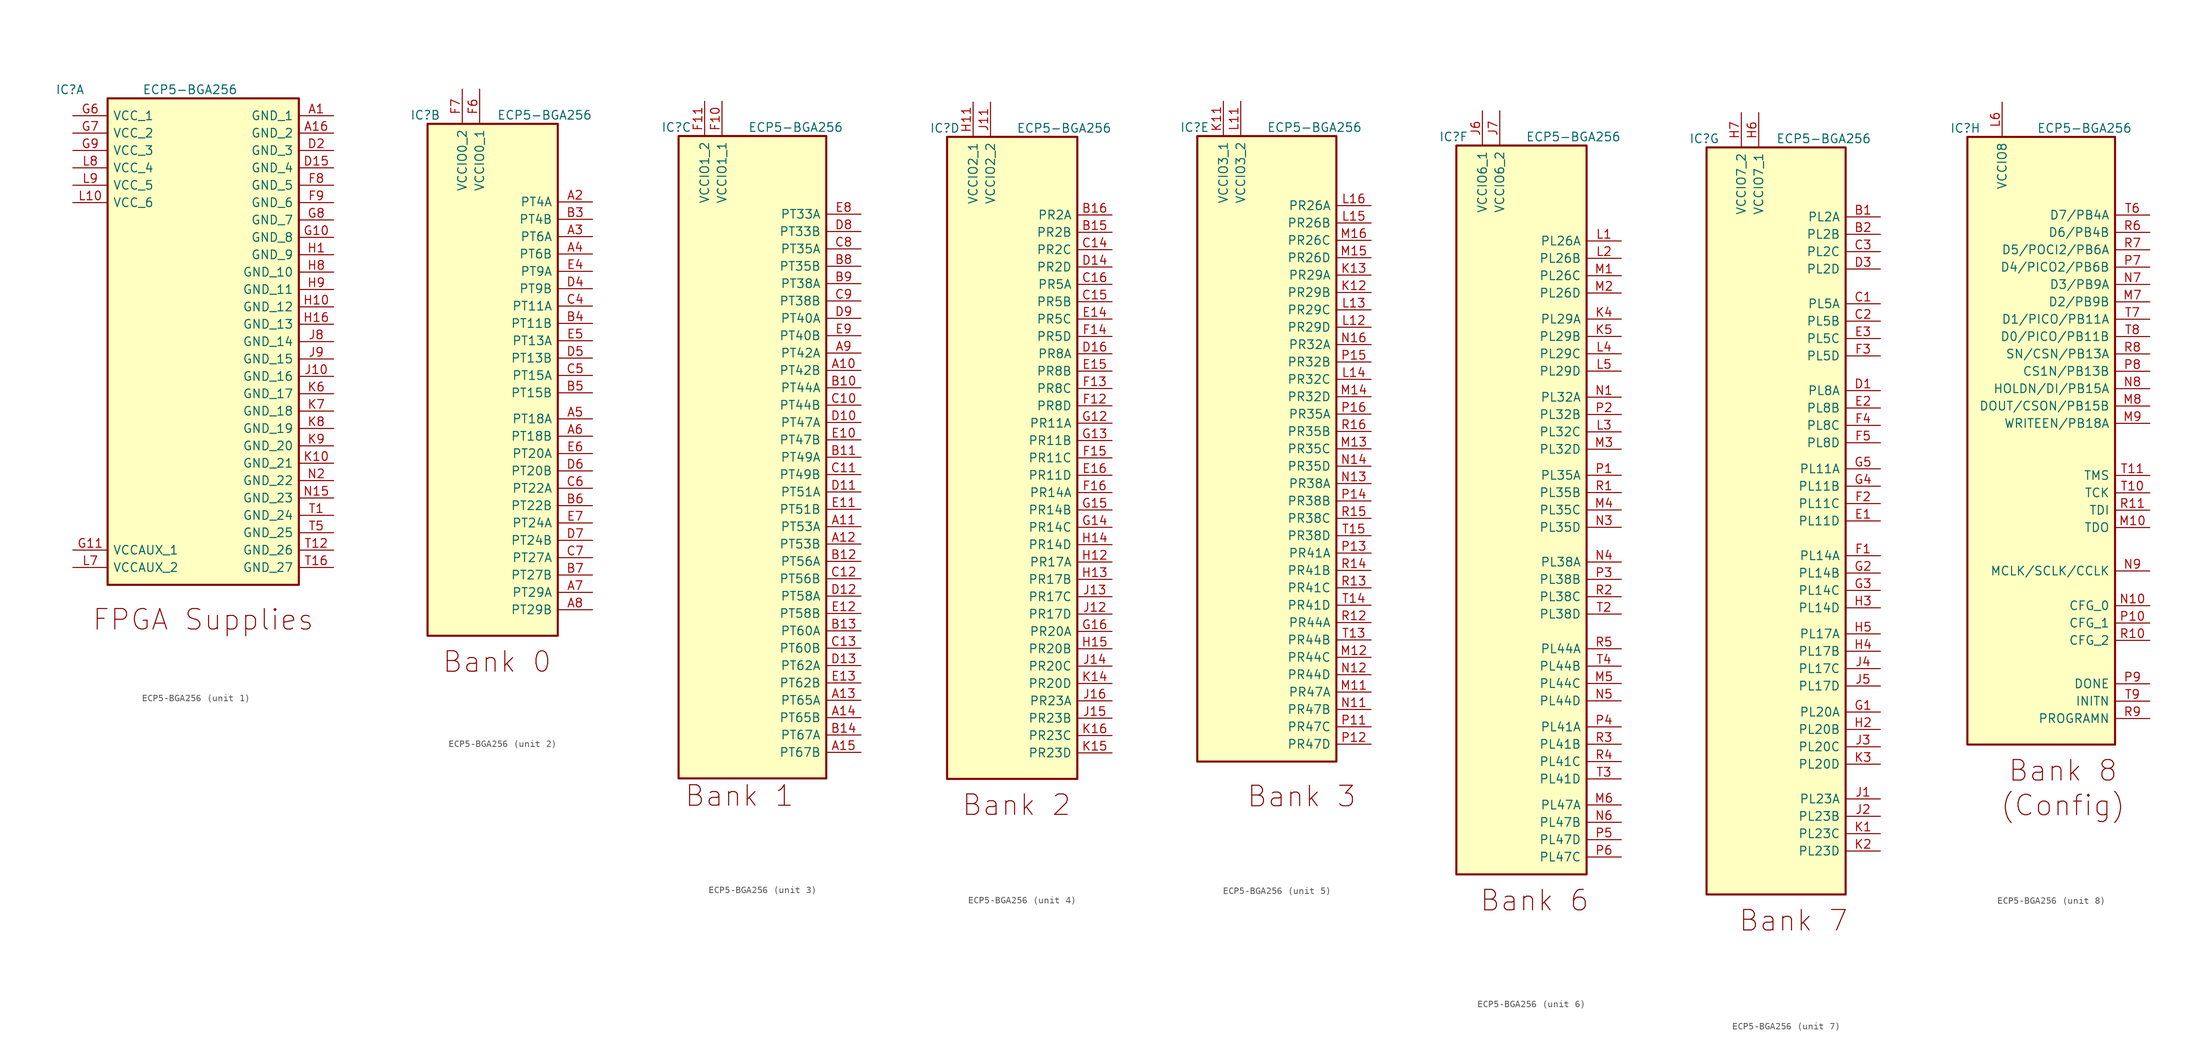
<source format=kicad_sym>
(kicad_symbol_lib
  (version 20211014)
  (generator kicad_symbol_editor)
  (symbol "ECP5-BGA256"
    (pin_names
      (offset 0.762))
    (property "Reference" "IC"
      (at -2.54 1.27 0)
      (effects (font (size 1.27 1.27)) (justify left)))
    (property "Value" "ECP5-BGA256"
      (at 10.16 1.27 0)
      (effects (font (size 1.27 1.27)) (justify left)))
    (property "ki_locked" ""
      (at 0 0 0)
      (effects (font (size 1.27 1.27))))
    (symbol "ECP5-BGA256_1_0"
      (rectangle (start 5.08 0) (end 33.02 -71.12) (stroke (width 0.305) (type default) (color 0 0 0 0)) (fill (type background))))
    (symbol "ECP5-BGA256_1_1"
      (text "FPGA Supplies" (at 19.05 -76.2 0) (effects (font (size 2.997 2.997))))
      (pin power_in line (at 38.1 -2.54 180) (length 5.08) (name "GND_1" (effects (font (size 1.27 1.27)))) (number "A1" (effects (font (size 1.27 1.27)))))
      (pin power_in line (at 38.1 -5.08 180) (length 5.08) (name "GND_2" (effects (font (size 1.27 1.27)))) (number "A16" (effects (font (size 1.27 1.27)))))
      (pin power_in line (at 38.1 -10.16 180) (length 5.08) (name "GND_4" (effects (font (size 1.27 1.27)))) (number "D15" (effects (font (size 1.27 1.27)))))
      (pin power_in line (at 38.1 -7.62 180) (length 5.08) (name "GND_3" (effects (font (size 1.27 1.27)))) (number "D2" (effects (font (size 1.27 1.27)))))
      (pin power_in line (at 38.1 -12.7 180) (length 5.08) (name "GND_5" (effects (font (size 1.27 1.27)))) (number "F8" (effects (font (size 1.27 1.27)))))
      (pin power_in line (at 38.1 -15.24 180) (length 5.08) (name "GND_6" (effects (font (size 1.27 1.27)))) (number "F9" (effects (font (size 1.27 1.27)))))
      (pin power_in line (at 38.1 -20.32 180) (length 5.08) (name "GND_8" (effects (font (size 1.27 1.27)))) (number "G10" (effects (font (size 1.27 1.27)))))
      (pin power_in line (at 0 -66.04 0) (length 5.08) (name "VCCAUX_1" (effects (font (size 1.27 1.27)))) (number "G11" (effects (font (size 1.27 1.27)))))
      (pin power_in line (at 0 -2.54 0) (length 5.08) (name "VCC_1" (effects (font (size 1.27 1.27)))) (number "G6" (effects (font (size 1.27 1.27)))))
      (pin power_in line (at 0 -5.08 0) (length 5.08) (name "VCC_2" (effects (font (size 1.27 1.27)))) (number "G7" (effects (font (size 1.27 1.27)))))
      (pin power_in line (at 38.1 -17.78 180) (length 5.08) (name "GND_7" (effects (font (size 1.27 1.27)))) (number "G8" (effects (font (size 1.27 1.27)))))
      (pin power_in line (at 0 -7.62 0) (length 5.08) (name "VCC_3" (effects (font (size 1.27 1.27)))) (number "G9" (effects (font (size 1.27 1.27)))))
      (pin power_in line (at 38.1 -22.86 180) (length 5.08) (name "GND_9" (effects (font (size 1.27 1.27)))) (number "H1" (effects (font (size 1.27 1.27)))))
      (pin power_in line (at 38.1 -30.48 180) (length 5.08) (name "GND_12" (effects (font (size 1.27 1.27)))) (number "H10" (effects (font (size 1.27 1.27)))))
      (pin power_in line (at 38.1 -33.02 180) (length 5.08) (name "GND_13" (effects (font (size 1.27 1.27)))) (number "H16" (effects (font (size 1.27 1.27)))))
      (pin power_in line (at 38.1 -25.4 180) (length 5.08) (name "GND_10" (effects (font (size 1.27 1.27)))) (number "H8" (effects (font (size 1.27 1.27)))))
      (pin power_in line (at 38.1 -27.94 180) (length 5.08) (name "GND_11" (effects (font (size 1.27 1.27)))) (number "H9" (effects (font (size 1.27 1.27)))))
      (pin power_in line (at 38.1 -40.64 180) (length 5.08) (name "GND_16" (effects (font (size 1.27 1.27)))) (number "J10" (effects (font (size 1.27 1.27)))))
      (pin power_in line (at 38.1 -35.56 180) (length 5.08) (name "GND_14" (effects (font (size 1.27 1.27)))) (number "J8" (effects (font (size 1.27 1.27)))))
      (pin power_in line (at 38.1 -38.1 180) (length 5.08) (name "GND_15" (effects (font (size 1.27 1.27)))) (number "J9" (effects (font (size 1.27 1.27)))))
      (pin power_in line (at 38.1 -53.34 180) (length 5.08) (name "GND_21" (effects (font (size 1.27 1.27)))) (number "K10" (effects (font (size 1.27 1.27)))))
      (pin power_in line (at 38.1 -43.18 180) (length 5.08) (name "GND_17" (effects (font (size 1.27 1.27)))) (number "K6" (effects (font (size 1.27 1.27)))))
      (pin power_in line (at 38.1 -45.72 180) (length 5.08) (name "GND_18" (effects (font (size 1.27 1.27)))) (number "K7" (effects (font (size 1.27 1.27)))))
      (pin power_in line (at 38.1 -48.26 180) (length 5.08) (name "GND_19" (effects (font (size 1.27 1.27)))) (number "K8" (effects (font (size 1.27 1.27)))))
      (pin power_in line (at 38.1 -50.8 180) (length 5.08) (name "GND_20" (effects (font (size 1.27 1.27)))) (number "K9" (effects (font (size 1.27 1.27)))))
      (pin power_in line (at 0 -15.24 0) (length 5.08) (name "VCC_6" (effects (font (size 1.27 1.27)))) (number "L10" (effects (font (size 1.27 1.27)))))
      (pin power_in line (at 0 -68.58 0) (length 5.08) (name "VCCAUX_2" (effects (font (size 1.27 1.27)))) (number "L7" (effects (font (size 1.27 1.27)))))
      (pin power_in line (at 0 -10.16 0) (length 5.08) (name "VCC_4" (effects (font (size 1.27 1.27)))) (number "L8" (effects (font (size 1.27 1.27)))))
      (pin power_in line (at 0 -12.7 0) (length 5.08) (name "VCC_5" (effects (font (size 1.27 1.27)))) (number "L9" (effects (font (size 1.27 1.27)))))
      (pin power_in line (at 38.1 -58.42 180) (length 5.08) (name "GND_23" (effects (font (size 1.27 1.27)))) (number "N15" (effects (font (size 1.27 1.27)))))
      (pin power_in line (at 38.1 -55.88 180) (length 5.08) (name "GND_22" (effects (font (size 1.27 1.27)))) (number "N2" (effects (font (size 1.27 1.27)))))
      (pin power_in line (at 38.1 -60.96 180) (length 5.08) (name "GND_24" (effects (font (size 1.27 1.27)))) (number "T1" (effects (font (size 1.27 1.27)))))
      (pin power_in line (at 38.1 -66.04 180) (length 5.08) (name "GND_26" (effects (font (size 1.27 1.27)))) (number "T12" (effects (font (size 1.27 1.27)))))
      (pin power_in line (at 38.1 -68.58 180) (length 5.08) (name "GND_27" (effects (font (size 1.27 1.27)))) (number "T16" (effects (font (size 1.27 1.27)))))
      (pin power_in line (at 38.1 -63.5 180) (length 5.08) (name "GND_25" (effects (font (size 1.27 1.27)))) (number "T5" (effects (font (size 1.27 1.27))))))
    (symbol "ECP5-BGA256_2_1"
      (rectangle (start 0 0) (end 19.05 -74.93) (stroke (width 0.305) (type default) (color 0 0 0 0)) (fill (type background)))
      (text "Bank 0" (at 10.16 -78.74 0) (effects (font (size 2.997 2.997))))
      (pin bidirectional line (at 24.13 -11.43 180) (length 5.08) (name "PT4A" (effects (font (size 1.27 1.27)))) (number "A2" (effects (font (size 1.27 1.27)))))
      (pin bidirectional line (at 24.13 -16.51 180) (length 5.08) (name "PT6A" (effects (font (size 1.27 1.27)))) (number "A3" (effects (font (size 1.27 1.27)))))
      (pin bidirectional line (at 24.13 -19.05 180) (length 5.08) (name "PT6B" (effects (font (size 1.27 1.27)))) (number "A4" (effects (font (size 1.27 1.27)))))
      (pin bidirectional line (at 24.13 -43.18 180) (length 5.08) (name "PT18A" (effects (font (size 1.27 1.27)))) (number "A5" (effects (font (size 1.27 1.27)))))
      (pin bidirectional line (at 24.13 -45.72 180) (length 5.08) (name "PT18B" (effects (font (size 1.27 1.27)))) (number "A6" (effects (font (size 1.27 1.27)))))
      (pin bidirectional line (at 24.13 -68.58 180) (length 5.08) (name "PT29A" (effects (font (size 1.27 1.27)))) (number "A7" (effects (font (size 1.27 1.27)))))
      (pin bidirectional line (at 24.13 -71.12 180) (length 5.08) (name "PT29B" (effects (font (size 1.27 1.27)))) (number "A8" (effects (font (size 1.27 1.27)))))
      (pin bidirectional line (at 24.13 -13.97 180) (length 5.08) (name "PT4B" (effects (font (size 1.27 1.27)))) (number "B3" (effects (font (size 1.27 1.27)))))
      (pin bidirectional line (at 24.13 -29.21 180) (length 5.08) (name "PT11B" (effects (font (size 1.27 1.27)))) (number "B4" (effects (font (size 1.27 1.27)))))
      (pin bidirectional line (at 24.13 -39.37 180) (length 5.08) (name "PT15B" (effects (font (size 1.27 1.27)))) (number "B5" (effects (font (size 1.27 1.27)))))
      (pin bidirectional line (at 24.13 -55.88 180) (length 5.08) (name "PT22B" (effects (font (size 1.27 1.27)))) (number "B6" (effects (font (size 1.27 1.27)))))
      (pin bidirectional line (at 24.13 -66.04 180) (length 5.08) (name "PT27B" (effects (font (size 1.27 1.27)))) (number "B7" (effects (font (size 1.27 1.27)))))
      (pin bidirectional line (at 24.13 -26.67 180) (length 5.08) (name "PT11A" (effects (font (size 1.27 1.27)))) (number "C4" (effects (font (size 1.27 1.27)))))
      (pin bidirectional line (at 24.13 -36.83 180) (length 5.08) (name "PT15A" (effects (font (size 1.27 1.27)))) (number "C5" (effects (font (size 1.27 1.27)))))
      (pin bidirectional line (at 24.13 -53.34 180) (length 5.08) (name "PT22A" (effects (font (size 1.27 1.27)))) (number "C6" (effects (font (size 1.27 1.27)))))
      (pin bidirectional line (at 24.13 -63.5 180) (length 5.08) (name "PT27A" (effects (font (size 1.27 1.27)))) (number "C7" (effects (font (size 1.27 1.27)))))
      (pin bidirectional line (at 24.13 -24.13 180) (length 5.08) (name "PT9B" (effects (font (size 1.27 1.27)))) (number "D4" (effects (font (size 1.27 1.27)))))
      (pin bidirectional line (at 24.13 -34.29 180) (length 5.08) (name "PT13B" (effects (font (size 1.27 1.27)))) (number "D5" (effects (font (size 1.27 1.27)))))
      (pin bidirectional line (at 24.13 -50.8 180) (length 5.08) (name "PT20B" (effects (font (size 1.27 1.27)))) (number "D6" (effects (font (size 1.27 1.27)))))
      (pin bidirectional line (at 24.13 -60.96 180) (length 5.08) (name "PT24B" (effects (font (size 1.27 1.27)))) (number "D7" (effects (font (size 1.27 1.27)))))
      (pin bidirectional line (at 24.13 -21.59 180) (length 5.08) (name "PT9A" (effects (font (size 1.27 1.27)))) (number "E4" (effects (font (size 1.27 1.27)))))
      (pin bidirectional line (at 24.13 -31.75 180) (length 5.08) (name "PT13A" (effects (font (size 1.27 1.27)))) (number "E5" (effects (font (size 1.27 1.27)))))
      (pin bidirectional line (at 24.13 -48.26 180) (length 5.08) (name "PT20A" (effects (font (size 1.27 1.27)))) (number "E6" (effects (font (size 1.27 1.27)))))
      (pin bidirectional line (at 24.13 -58.42 180) (length 5.08) (name "PT24A" (effects (font (size 1.27 1.27)))) (number "E7" (effects (font (size 1.27 1.27)))))
      (pin power_in line (at 7.62 5.08 270) (length 5.08) (name "VCCIO0_1" (effects (font (size 1.27 1.27)))) (number "F6" (effects (font (size 1.27 1.27)))))
      (pin power_in line (at 5.08 5.08 270) (length 5.08) (name "VCCIO0_2" (effects (font (size 1.27 1.27)))) (number "F7" (effects (font (size 1.27 1.27))))))
    (symbol "ECP5-BGA256_3_0"
      (rectangle (start 0 0) (end 21.59 -93.98) (stroke (width 0.305) (type default) (color 0 0 0 0)) (fill (type background))))
    (symbol "ECP5-BGA256_3_1"
      (text "Bank 1" (at 8.89 -96.52 0) (effects (font (size 2.997 2.997))))
      (pin bidirectional line (at 26.67 -34.29 180) (length 5.08) (name "PT42B" (effects (font (size 1.27 1.27)))) (number "A10" (effects (font (size 1.27 1.27)))))
      (pin bidirectional line (at 26.67 -57.15 180) (length 5.08) (name "PT53A" (effects (font (size 1.27 1.27)))) (number "A11" (effects (font (size 1.27 1.27)))))
      (pin bidirectional line (at 26.67 -59.69 180) (length 5.08) (name "PT53B" (effects (font (size 1.27 1.27)))) (number "A12" (effects (font (size 1.27 1.27)))))
      (pin bidirectional line (at 26.67 -82.55 180) (length 5.08) (name "PT65A" (effects (font (size 1.27 1.27)))) (number "A13" (effects (font (size 1.27 1.27)))))
      (pin bidirectional line (at 26.67 -85.09 180) (length 5.08) (name "PT65B" (effects (font (size 1.27 1.27)))) (number "A14" (effects (font (size 1.27 1.27)))))
      (pin bidirectional line (at 26.67 -90.17 180) (length 5.08) (name "PT67B" (effects (font (size 1.27 1.27)))) (number "A15" (effects (font (size 1.27 1.27)))))
      (pin bidirectional line (at 26.67 -31.75 180) (length 5.08) (name "PT42A" (effects (font (size 1.27 1.27)))) (number "A9" (effects (font (size 1.27 1.27)))))
      (pin bidirectional line (at 26.67 -36.83 180) (length 5.08) (name "PT44A" (effects (font (size 1.27 1.27)))) (number "B10" (effects (font (size 1.27 1.27)))))
      (pin bidirectional line (at 26.67 -46.99 180) (length 5.08) (name "PT49A" (effects (font (size 1.27 1.27)))) (number "B11" (effects (font (size 1.27 1.27)))))
      (pin bidirectional line (at 26.67 -62.23 180) (length 5.08) (name "PT56A" (effects (font (size 1.27 1.27)))) (number "B12" (effects (font (size 1.27 1.27)))))
      (pin bidirectional line (at 26.67 -72.39 180) (length 5.08) (name "PT60A" (effects (font (size 1.27 1.27)))) (number "B13" (effects (font (size 1.27 1.27)))))
      (pin bidirectional line (at 26.67 -87.63 180) (length 5.08) (name "PT67A" (effects (font (size 1.27 1.27)))) (number "B14" (effects (font (size 1.27 1.27)))))
      (pin bidirectional line (at 26.67 -19.05 180) (length 5.08) (name "PT35B" (effects (font (size 1.27 1.27)))) (number "B8" (effects (font (size 1.27 1.27)))))
      (pin bidirectional line (at 26.67 -21.59 180) (length 5.08) (name "PT38A" (effects (font (size 1.27 1.27)))) (number "B9" (effects (font (size 1.27 1.27)))))
      (pin bidirectional line (at 26.67 -39.37 180) (length 5.08) (name "PT44B" (effects (font (size 1.27 1.27)))) (number "C10" (effects (font (size 1.27 1.27)))))
      (pin bidirectional line (at 26.67 -49.53 180) (length 5.08) (name "PT49B" (effects (font (size 1.27 1.27)))) (number "C11" (effects (font (size 1.27 1.27)))))
      (pin bidirectional line (at 26.67 -64.77 180) (length 5.08) (name "PT56B" (effects (font (size 1.27 1.27)))) (number "C12" (effects (font (size 1.27 1.27)))))
      (pin bidirectional line (at 26.67 -74.93 180) (length 5.08) (name "PT60B" (effects (font (size 1.27 1.27)))) (number "C13" (effects (font (size 1.27 1.27)))))
      (pin bidirectional line (at 26.67 -16.51 180) (length 5.08) (name "PT35A" (effects (font (size 1.27 1.27)))) (number "C8" (effects (font (size 1.27 1.27)))))
      (pin bidirectional line (at 26.67 -24.13 180) (length 5.08) (name "PT38B" (effects (font (size 1.27 1.27)))) (number "C9" (effects (font (size 1.27 1.27)))))
      (pin bidirectional line (at 26.67 -41.91 180) (length 5.08) (name "PT47A" (effects (font (size 1.27 1.27)))) (number "D10" (effects (font (size 1.27 1.27)))))
      (pin bidirectional line (at 26.67 -52.07 180) (length 5.08) (name "PT51A" (effects (font (size 1.27 1.27)))) (number "D11" (effects (font (size 1.27 1.27)))))
      (pin bidirectional line (at 26.67 -67.31 180) (length 5.08) (name "PT58A" (effects (font (size 1.27 1.27)))) (number "D12" (effects (font (size 1.27 1.27)))))
      (pin bidirectional line (at 26.67 -77.47 180) (length 5.08) (name "PT62A" (effects (font (size 1.27 1.27)))) (number "D13" (effects (font (size 1.27 1.27)))))
      (pin bidirectional line (at 26.67 -13.97 180) (length 5.08) (name "PT33B" (effects (font (size 1.27 1.27)))) (number "D8" (effects (font (size 1.27 1.27)))))
      (pin bidirectional line (at 26.67 -26.67 180) (length 5.08) (name "PT40A" (effects (font (size 1.27 1.27)))) (number "D9" (effects (font (size 1.27 1.27)))))
      (pin bidirectional line (at 26.67 -44.45 180) (length 5.08) (name "PT47B" (effects (font (size 1.27 1.27)))) (number "E10" (effects (font (size 1.27 1.27)))))
      (pin bidirectional line (at 26.67 -54.61 180) (length 5.08) (name "PT51B" (effects (font (size 1.27 1.27)))) (number "E11" (effects (font (size 1.27 1.27)))))
      (pin bidirectional line (at 26.67 -69.85 180) (length 5.08) (name "PT58B" (effects (font (size 1.27 1.27)))) (number "E12" (effects (font (size 1.27 1.27)))))
      (pin bidirectional line (at 26.67 -80.01 180) (length 5.08) (name "PT62B" (effects (font (size 1.27 1.27)))) (number "E13" (effects (font (size 1.27 1.27)))))
      (pin bidirectional line (at 26.67 -11.43 180) (length 5.08) (name "PT33A" (effects (font (size 1.27 1.27)))) (number "E8" (effects (font (size 1.27 1.27)))))
      (pin bidirectional line (at 26.67 -29.21 180) (length 5.08) (name "PT40B" (effects (font (size 1.27 1.27)))) (number "E9" (effects (font (size 1.27 1.27)))))
      (pin power_in line (at 6.35 5.08 270) (length 5.08) (name "VCCIO1_1" (effects (font (size 1.27 1.27)))) (number "F10" (effects (font (size 1.27 1.27)))))
      (pin power_in line (at 3.81 5.08 270) (length 5.08) (name "VCCIO1_2" (effects (font (size 1.27 1.27)))) (number "F11" (effects (font (size 1.27 1.27))))))
    (symbol "ECP5-BGA256_4_1"
      (rectangle (start 0 0) (end 19.05 -93.98) (stroke (width 0.305) (type default) (color 0 0 0 0)) (fill (type background)))
      (text "Bank 2" (at 10.16 -97.79 0) (effects (font (size 2.997 2.997))))
      (pin bidirectional line (at 24.13 -13.97 180) (length 5.08) (name "PR2B" (effects (font (size 1.27 1.27)))) (number "B15" (effects (font (size 1.27 1.27)))))
      (pin bidirectional line (at 24.13 -11.43 180) (length 5.08) (name "PR2A" (effects (font (size 1.27 1.27)))) (number "B16" (effects (font (size 1.27 1.27)))))
      (pin bidirectional line (at 24.13 -16.51 180) (length 5.08) (name "PR2C" (effects (font (size 1.27 1.27)))) (number "C14" (effects (font (size 1.27 1.27)))))
      (pin bidirectional line (at 24.13 -24.13 180) (length 5.08) (name "PR5B" (effects (font (size 1.27 1.27)))) (number "C15" (effects (font (size 1.27 1.27)))))
      (pin bidirectional line (at 24.13 -21.59 180) (length 5.08) (name "PR5A" (effects (font (size 1.27 1.27)))) (number "C16" (effects (font (size 1.27 1.27)))))
      (pin bidirectional line (at 24.13 -19.05 180) (length 5.08) (name "PR2D" (effects (font (size 1.27 1.27)))) (number "D14" (effects (font (size 1.27 1.27)))))
      (pin bidirectional line (at 24.13 -31.75 180) (length 5.08) (name "PR8A" (effects (font (size 1.27 1.27)))) (number "D16" (effects (font (size 1.27 1.27)))))
      (pin bidirectional line (at 24.13 -26.67 180) (length 5.08) (name "PR5C" (effects (font (size 1.27 1.27)))) (number "E14" (effects (font (size 1.27 1.27)))))
      (pin bidirectional line (at 24.13 -34.29 180) (length 5.08) (name "PR8B" (effects (font (size 1.27 1.27)))) (number "E15" (effects (font (size 1.27 1.27)))))
      (pin bidirectional line (at 24.13 -49.53 180) (length 5.08) (name "PR11D" (effects (font (size 1.27 1.27)))) (number "E16" (effects (font (size 1.27 1.27)))))
      (pin bidirectional line (at 24.13 -39.37 180) (length 5.08) (name "PR8D" (effects (font (size 1.27 1.27)))) (number "F12" (effects (font (size 1.27 1.27)))))
      (pin bidirectional line (at 24.13 -36.83 180) (length 5.08) (name "PR8C" (effects (font (size 1.27 1.27)))) (number "F13" (effects (font (size 1.27 1.27)))))
      (pin bidirectional line (at 24.13 -29.21 180) (length 5.08) (name "PR5D" (effects (font (size 1.27 1.27)))) (number "F14" (effects (font (size 1.27 1.27)))))
      (pin bidirectional line (at 24.13 -46.99 180) (length 5.08) (name "PR11C" (effects (font (size 1.27 1.27)))) (number "F15" (effects (font (size 1.27 1.27)))))
      (pin bidirectional line (at 24.13 -52.07 180) (length 5.08) (name "PR14A" (effects (font (size 1.27 1.27)))) (number "F16" (effects (font (size 1.27 1.27)))))
      (pin bidirectional line (at 24.13 -41.91 180) (length 5.08) (name "PR11A" (effects (font (size 1.27 1.27)))) (number "G12" (effects (font (size 1.27 1.27)))))
      (pin bidirectional line (at 24.13 -44.45 180) (length 5.08) (name "PR11B" (effects (font (size 1.27 1.27)))) (number "G13" (effects (font (size 1.27 1.27)))))
      (pin bidirectional line (at 24.13 -57.15 180) (length 5.08) (name "PR14C" (effects (font (size 1.27 1.27)))) (number "G14" (effects (font (size 1.27 1.27)))))
      (pin bidirectional line (at 24.13 -54.61 180) (length 5.08) (name "PR14B" (effects (font (size 1.27 1.27)))) (number "G15" (effects (font (size 1.27 1.27)))))
      (pin bidirectional line (at 24.13 -72.39 180) (length 5.08) (name "PR20A" (effects (font (size 1.27 1.27)))) (number "G16" (effects (font (size 1.27 1.27)))))
      (pin power_in line (at 3.81 5.08 270) (length 5.08) (name "VCCIO2_1" (effects (font (size 1.27 1.27)))) (number "H11" (effects (font (size 1.27 1.27)))))
      (pin bidirectional line (at 24.13 -62.23 180) (length 5.08) (name "PR17A" (effects (font (size 1.27 1.27)))) (number "H12" (effects (font (size 1.27 1.27)))))
      (pin bidirectional line (at 24.13 -64.77 180) (length 5.08) (name "PR17B" (effects (font (size 1.27 1.27)))) (number "H13" (effects (font (size 1.27 1.27)))))
      (pin bidirectional line (at 24.13 -59.69 180) (length 5.08) (name "PR14D" (effects (font (size 1.27 1.27)))) (number "H14" (effects (font (size 1.27 1.27)))))
      (pin bidirectional line (at 24.13 -74.93 180) (length 5.08) (name "PR20B" (effects (font (size 1.27 1.27)))) (number "H15" (effects (font (size 1.27 1.27)))))
      (pin power_in line (at 6.35 5.08 270) (length 5.08) (name "VCCIO2_2" (effects (font (size 1.27 1.27)))) (number "J11" (effects (font (size 1.27 1.27)))))
      (pin bidirectional line (at 24.13 -69.85 180) (length 5.08) (name "PR17D" (effects (font (size 1.27 1.27)))) (number "J12" (effects (font (size 1.27 1.27)))))
      (pin bidirectional line (at 24.13 -67.31 180) (length 5.08) (name "PR17C" (effects (font (size 1.27 1.27)))) (number "J13" (effects (font (size 1.27 1.27)))))
      (pin bidirectional line (at 24.13 -77.47 180) (length 5.08) (name "PR20C" (effects (font (size 1.27 1.27)))) (number "J14" (effects (font (size 1.27 1.27)))))
      (pin bidirectional line (at 24.13 -85.09 180) (length 5.08) (name "PR23B" (effects (font (size 1.27 1.27)))) (number "J15" (effects (font (size 1.27 1.27)))))
      (pin bidirectional line (at 24.13 -82.55 180) (length 5.08) (name "PR23A" (effects (font (size 1.27 1.27)))) (number "J16" (effects (font (size 1.27 1.27)))))
      (pin bidirectional line (at 24.13 -80.01 180) (length 5.08) (name "PR20D" (effects (font (size 1.27 1.27)))) (number "K14" (effects (font (size 1.27 1.27)))))
      (pin bidirectional line (at 24.13 -90.17 180) (length 5.08) (name "PR23D" (effects (font (size 1.27 1.27)))) (number "K15" (effects (font (size 1.27 1.27)))))
      (pin bidirectional line (at 24.13 -87.63 180) (length 5.08) (name "PR23C" (effects (font (size 1.27 1.27)))) (number "K16" (effects (font (size 1.27 1.27))))))
    (symbol "ECP5-BGA256_5_0"
      (rectangle (start 0 0) (end 20.32 -91.44) (stroke (width 0.305) (type default) (color 0 0 0 0)) (fill (type background))))
    (symbol "ECP5-BGA256_5_1"
      (text "Bank 3" (at 15.24 -96.52 0) (effects (font (size 2.997 2.997))))
      (pin power_in line (at 3.81 5.08 270) (length 5.08) (name "VCCIO3_1" (effects (font (size 1.27 1.27)))) (number "K11" (effects (font (size 1.27 1.27)))))
      (pin bidirectional line (at 25.4 -22.86 180) (length 5.08) (name "PR29B" (effects (font (size 1.27 1.27)))) (number "K12" (effects (font (size 1.27 1.27)))))
      (pin bidirectional line (at 25.4 -20.32 180) (length 5.08) (name "PR29A" (effects (font (size 1.27 1.27)))) (number "K13" (effects (font (size 1.27 1.27)))))
      (pin power_in line (at 6.35 5.08 270) (length 5.08) (name "VCCIO3_2" (effects (font (size 1.27 1.27)))) (number "L11" (effects (font (size 1.27 1.27)))))
      (pin bidirectional line (at 25.4 -27.94 180) (length 5.08) (name "PR29D" (effects (font (size 1.27 1.27)))) (number "L12" (effects (font (size 1.27 1.27)))))
      (pin bidirectional line (at 25.4 -25.4 180) (length 5.08) (name "PR29C" (effects (font (size 1.27 1.27)))) (number "L13" (effects (font (size 1.27 1.27)))))
      (pin bidirectional line (at 25.4 -35.56 180) (length 5.08) (name "PR32C" (effects (font (size 1.27 1.27)))) (number "L14" (effects (font (size 1.27 1.27)))))
      (pin bidirectional line (at 25.4 -12.7 180) (length 5.08) (name "PR26B" (effects (font (size 1.27 1.27)))) (number "L15" (effects (font (size 1.27 1.27)))))
      (pin bidirectional line (at 25.4 -10.16 180) (length 5.08) (name "PR26A" (effects (font (size 1.27 1.27)))) (number "L16" (effects (font (size 1.27 1.27)))))
      (pin bidirectional line (at 25.4 -81.28 180) (length 5.08) (name "PR47A" (effects (font (size 1.27 1.27)))) (number "M11" (effects (font (size 1.27 1.27)))))
      (pin bidirectional line (at 25.4 -76.2 180) (length 5.08) (name "PR44C" (effects (font (size 1.27 1.27)))) (number "M12" (effects (font (size 1.27 1.27)))))
      (pin bidirectional line (at 25.4 -45.72 180) (length 5.08) (name "PR35C" (effects (font (size 1.27 1.27)))) (number "M13" (effects (font (size 1.27 1.27)))))
      (pin bidirectional line (at 25.4 -38.1 180) (length 5.08) (name "PR32D" (effects (font (size 1.27 1.27)))) (number "M14" (effects (font (size 1.27 1.27)))))
      (pin bidirectional line (at 25.4 -17.78 180) (length 5.08) (name "PR26D" (effects (font (size 1.27 1.27)))) (number "M15" (effects (font (size 1.27 1.27)))))
      (pin bidirectional line (at 25.4 -15.24 180) (length 5.08) (name "PR26C" (effects (font (size 1.27 1.27)))) (number "M16" (effects (font (size 1.27 1.27)))))
      (pin bidirectional line (at 25.4 -83.82 180) (length 5.08) (name "PR47B" (effects (font (size 1.27 1.27)))) (number "N11" (effects (font (size 1.27 1.27)))))
      (pin bidirectional line (at 25.4 -78.74 180) (length 5.08) (name "PR44D" (effects (font (size 1.27 1.27)))) (number "N12" (effects (font (size 1.27 1.27)))))
      (pin bidirectional line (at 25.4 -50.8 180) (length 5.08) (name "PR38A" (effects (font (size 1.27 1.27)))) (number "N13" (effects (font (size 1.27 1.27)))))
      (pin bidirectional line (at 25.4 -48.26 180) (length 5.08) (name "PR35D" (effects (font (size 1.27 1.27)))) (number "N14" (effects (font (size 1.27 1.27)))))
      (pin bidirectional line (at 25.4 -30.48 180) (length 5.08) (name "PR32A" (effects (font (size 1.27 1.27)))) (number "N16" (effects (font (size 1.27 1.27)))))
      (pin bidirectional line (at 25.4 -86.36 180) (length 5.08) (name "PR47C" (effects (font (size 1.27 1.27)))) (number "P11" (effects (font (size 1.27 1.27)))))
      (pin bidirectional line (at 25.4 -88.9 180) (length 5.08) (name "PR47D" (effects (font (size 1.27 1.27)))) (number "P12" (effects (font (size 1.27 1.27)))))
      (pin bidirectional line (at 25.4 -60.96 180) (length 5.08) (name "PR41A" (effects (font (size 1.27 1.27)))) (number "P13" (effects (font (size 1.27 1.27)))))
      (pin bidirectional line (at 25.4 -53.34 180) (length 5.08) (name "PR38B" (effects (font (size 1.27 1.27)))) (number "P14" (effects (font (size 1.27 1.27)))))
      (pin bidirectional line (at 25.4 -33.02 180) (length 5.08) (name "PR32B" (effects (font (size 1.27 1.27)))) (number "P15" (effects (font (size 1.27 1.27)))))
      (pin bidirectional line (at 25.4 -40.64 180) (length 5.08) (name "PR35A" (effects (font (size 1.27 1.27)))) (number "P16" (effects (font (size 1.27 1.27)))))
      (pin bidirectional line (at 25.4 -71.12 180) (length 5.08) (name "PR44A" (effects (font (size 1.27 1.27)))) (number "R12" (effects (font (size 1.27 1.27)))))
      (pin bidirectional line (at 25.4 -66.04 180) (length 5.08) (name "PR41C" (effects (font (size 1.27 1.27)))) (number "R13" (effects (font (size 1.27 1.27)))))
      (pin bidirectional line (at 25.4 -63.5 180) (length 5.08) (name "PR41B" (effects (font (size 1.27 1.27)))) (number "R14" (effects (font (size 1.27 1.27)))))
      (pin bidirectional line (at 25.4 -55.88 180) (length 5.08) (name "PR38C" (effects (font (size 1.27 1.27)))) (number "R15" (effects (font (size 1.27 1.27)))))
      (pin bidirectional line (at 25.4 -43.18 180) (length 5.08) (name "PR35B" (effects (font (size 1.27 1.27)))) (number "R16" (effects (font (size 1.27 1.27)))))
      (pin bidirectional line (at 25.4 -73.66 180) (length 5.08) (name "PR44B" (effects (font (size 1.27 1.27)))) (number "T13" (effects (font (size 1.27 1.27)))))
      (pin bidirectional line (at 25.4 -68.58 180) (length 5.08) (name "PR41D" (effects (font (size 1.27 1.27)))) (number "T14" (effects (font (size 1.27 1.27)))))
      (pin bidirectional line (at 25.4 -58.42 180) (length 5.08) (name "PR38D" (effects (font (size 1.27 1.27)))) (number "T15" (effects (font (size 1.27 1.27))))))
    (symbol "ECP5-BGA256_6_1"
      (rectangle (start 0 0) (end 19.05 -106.68) (stroke (width 0.305) (type default) (color 0 0 0 0)) (fill (type background)))
      (text "Bank 6" (at 11.43 -110.49 0) (effects (font (size 2.997 2.997))))
      (pin power_in line (at 3.81 5.08 270) (length 5.08) (name "VCCIO6_1" (effects (font (size 1.27 1.27)))) (number "J6" (effects (font (size 1.27 1.27)))))
      (pin power_in line (at 6.35 5.08 270) (length 5.08) (name "VCCIO6_2" (effects (font (size 1.27 1.27)))) (number "J7" (effects (font (size 1.27 1.27)))))
      (pin bidirectional line (at 24.13 -25.4 180) (length 5.08) (name "PL29A" (effects (font (size 1.27 1.27)))) (number "K4" (effects (font (size 1.27 1.27)))))
      (pin bidirectional line (at 24.13 -27.94 180) (length 5.08) (name "PL29B" (effects (font (size 1.27 1.27)))) (number "K5" (effects (font (size 1.27 1.27)))))
      (pin bidirectional line (at 24.13 -13.97 180) (length 5.08) (name "PL26A" (effects (font (size 1.27 1.27)))) (number "L1" (effects (font (size 1.27 1.27)))))
      (pin bidirectional line (at 24.13 -16.51 180) (length 5.08) (name "PL26B" (effects (font (size 1.27 1.27)))) (number "L2" (effects (font (size 1.27 1.27)))))
      (pin bidirectional line (at 24.13 -41.91 180) (length 5.08) (name "PL32C" (effects (font (size 1.27 1.27)))) (number "L3" (effects (font (size 1.27 1.27)))))
      (pin bidirectional line (at 24.13 -30.48 180) (length 5.08) (name "PL29C" (effects (font (size 1.27 1.27)))) (number "L4" (effects (font (size 1.27 1.27)))))
      (pin bidirectional line (at 24.13 -33.02 180) (length 5.08) (name "PL29D" (effects (font (size 1.27 1.27)))) (number "L5" (effects (font (size 1.27 1.27)))))
      (pin bidirectional line (at 24.13 -19.05 180) (length 5.08) (name "PL26C" (effects (font (size 1.27 1.27)))) (number "M1" (effects (font (size 1.27 1.27)))))
      (pin bidirectional line (at 24.13 -21.59 180) (length 5.08) (name "PL26D" (effects (font (size 1.27 1.27)))) (number "M2" (effects (font (size 1.27 1.27)))))
      (pin bidirectional line (at 24.13 -44.45 180) (length 5.08) (name "PL32D" (effects (font (size 1.27 1.27)))) (number "M3" (effects (font (size 1.27 1.27)))))
      (pin bidirectional line (at 24.13 -53.34 180) (length 5.08) (name "PL35C" (effects (font (size 1.27 1.27)))) (number "M4" (effects (font (size 1.27 1.27)))))
      (pin bidirectional line (at 24.13 -78.74 180) (length 5.08) (name "PL44C" (effects (font (size 1.27 1.27)))) (number "M5" (effects (font (size 1.27 1.27)))))
      (pin bidirectional line (at 24.13 -96.52 180) (length 5.08) (name "PL47A" (effects (font (size 1.27 1.27)))) (number "M6" (effects (font (size 1.27 1.27)))))
      (pin bidirectional line (at 24.13 -36.83 180) (length 5.08) (name "PL32A" (effects (font (size 1.27 1.27)))) (number "N1" (effects (font (size 1.27 1.27)))))
      (pin bidirectional line (at 24.13 -55.88 180) (length 5.08) (name "PL35D" (effects (font (size 1.27 1.27)))) (number "N3" (effects (font (size 1.27 1.27)))))
      (pin bidirectional line (at 24.13 -60.96 180) (length 5.08) (name "PL38A" (effects (font (size 1.27 1.27)))) (number "N4" (effects (font (size 1.27 1.27)))))
      (pin bidirectional line (at 24.13 -81.28 180) (length 5.08) (name "PL44D" (effects (font (size 1.27 1.27)))) (number "N5" (effects (font (size 1.27 1.27)))))
      (pin bidirectional line (at 24.13 -99.06 180) (length 5.08) (name "PL47B" (effects (font (size 1.27 1.27)))) (number "N6" (effects (font (size 1.27 1.27)))))
      (pin bidirectional line (at 24.13 -48.26 180) (length 5.08) (name "PL35A" (effects (font (size 1.27 1.27)))) (number "P1" (effects (font (size 1.27 1.27)))))
      (pin bidirectional line (at 24.13 -39.37 180) (length 5.08) (name "PL32B" (effects (font (size 1.27 1.27)))) (number "P2" (effects (font (size 1.27 1.27)))))
      (pin bidirectional line (at 24.13 -63.5 180) (length 5.08) (name "PL38B" (effects (font (size 1.27 1.27)))) (number "P3" (effects (font (size 1.27 1.27)))))
      (pin bidirectional line (at 24.13 -85.09 180) (length 5.08) (name "PL41A" (effects (font (size 1.27 1.27)))) (number "P4" (effects (font (size 1.27 1.27)))))
      (pin bidirectional line (at 24.13 -101.6 180) (length 5.08) (name "PL47D" (effects (font (size 1.27 1.27)))) (number "P5" (effects (font (size 1.27 1.27)))))
      (pin bidirectional line (at 24.13 -104.14 180) (length 5.08) (name "PL47C" (effects (font (size 1.27 1.27)))) (number "P6" (effects (font (size 1.27 1.27)))))
      (pin bidirectional line (at 24.13 -50.8 180) (length 5.08) (name "PL35B" (effects (font (size 1.27 1.27)))) (number "R1" (effects (font (size 1.27 1.27)))))
      (pin bidirectional line (at 24.13 -66.04 180) (length 5.08) (name "PL38C" (effects (font (size 1.27 1.27)))) (number "R2" (effects (font (size 1.27 1.27)))))
      (pin bidirectional line (at 24.13 -87.63 180) (length 5.08) (name "PL41B" (effects (font (size 1.27 1.27)))) (number "R3" (effects (font (size 1.27 1.27)))))
      (pin bidirectional line (at 24.13 -90.17 180) (length 5.08) (name "PL41C" (effects (font (size 1.27 1.27)))) (number "R4" (effects (font (size 1.27 1.27)))))
      (pin bidirectional line (at 24.13 -73.66 180) (length 5.08) (name "PL44A" (effects (font (size 1.27 1.27)))) (number "R5" (effects (font (size 1.27 1.27)))))
      (pin bidirectional line (at 24.13 -68.58 180) (length 5.08) (name "PL38D" (effects (font (size 1.27 1.27)))) (number "T2" (effects (font (size 1.27 1.27)))))
      (pin bidirectional line (at 24.13 -92.71 180) (length 5.08) (name "PL41D" (effects (font (size 1.27 1.27)))) (number "T3" (effects (font (size 1.27 1.27)))))
      (pin bidirectional line (at 24.13 -76.2 180) (length 5.08) (name "PL44B" (effects (font (size 1.27 1.27)))) (number "T4" (effects (font (size 1.27 1.27))))))
    (symbol "ECP5-BGA256_7_1"
      (rectangle (start 0 0) (end 20.32 -109.22) (stroke (width 0.305) (type default) (color 0 0 0 0)) (fill (type background)))
      (text "Bank 7" (at 12.7 -113.03 0) (effects (font (size 2.997 2.997))))
      (pin bidirectional line (at 25.4 -10.16 180) (length 5.08) (name "PL2A" (effects (font (size 1.27 1.27)))) (number "B1" (effects (font (size 1.27 1.27)))))
      (pin bidirectional line (at 25.4 -12.7 180) (length 5.08) (name "PL2B" (effects (font (size 1.27 1.27)))) (number "B2" (effects (font (size 1.27 1.27)))))
      (pin bidirectional line (at 25.4 -22.86 180) (length 5.08) (name "PL5A" (effects (font (size 1.27 1.27)))) (number "C1" (effects (font (size 1.27 1.27)))))
      (pin bidirectional line (at 25.4 -25.4 180) (length 5.08) (name "PL5B" (effects (font (size 1.27 1.27)))) (number "C2" (effects (font (size 1.27 1.27)))))
      (pin bidirectional line (at 25.4 -15.24 180) (length 5.08) (name "PL2C" (effects (font (size 1.27 1.27)))) (number "C3" (effects (font (size 1.27 1.27)))))
      (pin bidirectional line (at 25.4 -35.56 180) (length 5.08) (name "PL8A" (effects (font (size 1.27 1.27)))) (number "D1" (effects (font (size 1.27 1.27)))))
      (pin bidirectional line (at 25.4 -17.78 180) (length 5.08) (name "PL2D" (effects (font (size 1.27 1.27)))) (number "D3" (effects (font (size 1.27 1.27)))))
      (pin bidirectional line (at 25.4 -54.61 180) (length 5.08) (name "PL11D" (effects (font (size 1.27 1.27)))) (number "E1" (effects (font (size 1.27 1.27)))))
      (pin bidirectional line (at 25.4 -38.1 180) (length 5.08) (name "PL8B" (effects (font (size 1.27 1.27)))) (number "E2" (effects (font (size 1.27 1.27)))))
      (pin bidirectional line (at 25.4 -27.94 180) (length 5.08) (name "PL5C" (effects (font (size 1.27 1.27)))) (number "E3" (effects (font (size 1.27 1.27)))))
      (pin bidirectional line (at 25.4 -59.69 180) (length 5.08) (name "PL14A" (effects (font (size 1.27 1.27)))) (number "F1" (effects (font (size 1.27 1.27)))))
      (pin bidirectional line (at 25.4 -52.07 180) (length 5.08) (name "PL11C" (effects (font (size 1.27 1.27)))) (number "F2" (effects (font (size 1.27 1.27)))))
      (pin bidirectional line (at 25.4 -30.48 180) (length 5.08) (name "PL5D" (effects (font (size 1.27 1.27)))) (number "F3" (effects (font (size 1.27 1.27)))))
      (pin bidirectional line (at 25.4 -40.64 180) (length 5.08) (name "PL8C" (effects (font (size 1.27 1.27)))) (number "F4" (effects (font (size 1.27 1.27)))))
      (pin bidirectional line (at 25.4 -43.18 180) (length 5.08) (name "PL8D" (effects (font (size 1.27 1.27)))) (number "F5" (effects (font (size 1.27 1.27)))))
      (pin bidirectional line (at 25.4 -82.55 180) (length 5.08) (name "PL20A" (effects (font (size 1.27 1.27)))) (number "G1" (effects (font (size 1.27 1.27)))))
      (pin bidirectional line (at 25.4 -62.23 180) (length 5.08) (name "PL14B" (effects (font (size 1.27 1.27)))) (number "G2" (effects (font (size 1.27 1.27)))))
      (pin bidirectional line (at 25.4 -64.77 180) (length 5.08) (name "PL14C" (effects (font (size 1.27 1.27)))) (number "G3" (effects (font (size 1.27 1.27)))))
      (pin bidirectional line (at 25.4 -49.53 180) (length 5.08) (name "PL11B" (effects (font (size 1.27 1.27)))) (number "G4" (effects (font (size 1.27 1.27)))))
      (pin bidirectional line (at 25.4 -46.99 180) (length 5.08) (name "PL11A" (effects (font (size 1.27 1.27)))) (number "G5" (effects (font (size 1.27 1.27)))))
      (pin bidirectional line (at 25.4 -85.09 180) (length 5.08) (name "PL20B" (effects (font (size 1.27 1.27)))) (number "H2" (effects (font (size 1.27 1.27)))))
      (pin bidirectional line (at 25.4 -67.31 180) (length 5.08) (name "PL14D" (effects (font (size 1.27 1.27)))) (number "H3" (effects (font (size 1.27 1.27)))))
      (pin bidirectional line (at 25.4 -73.66 180) (length 5.08) (name "PL17B" (effects (font (size 1.27 1.27)))) (number "H4" (effects (font (size 1.27 1.27)))))
      (pin bidirectional line (at 25.4 -71.12 180) (length 5.08) (name "PL17A" (effects (font (size 1.27 1.27)))) (number "H5" (effects (font (size 1.27 1.27)))))
      (pin power_in line (at 7.62 5.08 270) (length 5.08) (name "VCCIO7_1" (effects (font (size 1.27 1.27)))) (number "H6" (effects (font (size 1.27 1.27)))))
      (pin power_in line (at 5.08 5.08 270) (length 5.08) (name "VCCIO7_2" (effects (font (size 1.27 1.27)))) (number "H7" (effects (font (size 1.27 1.27)))))
      (pin bidirectional line (at 25.4 -95.25 180) (length 5.08) (name "PL23A" (effects (font (size 1.27 1.27)))) (number "J1" (effects (font (size 1.27 1.27)))))
      (pin bidirectional line (at 25.4 -97.79 180) (length 5.08) (name "PL23B" (effects (font (size 1.27 1.27)))) (number "J2" (effects (font (size 1.27 1.27)))))
      (pin bidirectional line (at 25.4 -87.63 180) (length 5.08) (name "PL20C" (effects (font (size 1.27 1.27)))) (number "J3" (effects (font (size 1.27 1.27)))))
      (pin bidirectional line (at 25.4 -76.2 180) (length 5.08) (name "PL17C" (effects (font (size 1.27 1.27)))) (number "J4" (effects (font (size 1.27 1.27)))))
      (pin bidirectional line (at 25.4 -78.74 180) (length 5.08) (name "PL17D" (effects (font (size 1.27 1.27)))) (number "J5" (effects (font (size 1.27 1.27)))))
      (pin bidirectional line (at 25.4 -100.33 180) (length 5.08) (name "PL23C" (effects (font (size 1.27 1.27)))) (number "K1" (effects (font (size 1.27 1.27)))))
      (pin bidirectional line (at 25.4 -102.87 180) (length 5.08) (name "PL23D" (effects (font (size 1.27 1.27)))) (number "K2" (effects (font (size 1.27 1.27)))))
      (pin bidirectional line (at 25.4 -90.17 180) (length 5.08) (name "PL20D" (effects (font (size 1.27 1.27)))) (number "K3" (effects (font (size 1.27 1.27))))))
    (symbol "ECP5-BGA256_8_0"
      (text "(Config)" (at 13.97 -97.79 0) (effects (font (size 2.997 2.997))))
      (text "Bank 8" (at 13.97 -92.71 0) (effects (font (size 2.997 2.997)))))
    (symbol "ECP5-BGA256_8_1"
      (rectangle (start 0 0) (end 21.59 -88.9) (stroke (width 0.305) (type default) (color 0 0 0 0)) (fill (type background)))
      (pin power_in line (at 5.08 5.08 270) (length 5.08) (name "VCCIO8" (effects (font (size 1.27 1.27)))) (number "L6" (effects (font (size 1.27 1.27)))))
      (pin output line (at 26.67 -57.15 180) (length 5.08) (name "TDO" (effects (font (size 1.27 1.27)))) (number "M10" (effects (font (size 1.27 1.27)))))
      (pin bidirectional line (at 26.67 -24.13 180) (length 5.08) (name "D2/PB9B" (effects (font (size 1.27 1.27)))) (number "M7" (effects (font (size 1.27 1.27)))))
      (pin bidirectional line (at 26.67 -39.37 180) (length 5.08) (name "DOUT/CSON/PB15B" (effects (font (size 1.27 1.27)))) (number "M8" (effects (font (size 1.27 1.27)))))
      (pin bidirectional line (at 26.67 -41.91 180) (length 5.08) (name "WRITEEN/PB18A" (effects (font (size 1.27 1.27)))) (number "M9" (effects (font (size 1.27 1.27)))))
      (pin input line (at 26.67 -68.58 180) (length 5.08) (name "CFG_0" (effects (font (size 1.27 1.27)))) (number "N10" (effects (font (size 1.27 1.27)))))
      (pin bidirectional line (at 26.67 -21.59 180) (length 5.08) (name "D3/PB9A" (effects (font (size 1.27 1.27)))) (number "N7" (effects (font (size 1.27 1.27)))))
      (pin bidirectional line (at 26.67 -36.83 180) (length 5.08) (name "HOLDN/DI/PB15A" (effects (font (size 1.27 1.27)))) (number "N8" (effects (font (size 1.27 1.27)))))
      (pin bidirectional line (at 26.67 -63.5 180) (length 5.08) (name "MCLK/SCLK/CCLK" (effects (font (size 1.27 1.27)))) (number "N9" (effects (font (size 1.27 1.27)))))
      (pin input line (at 26.67 -71.12 180) (length 5.08) (name "CFG_1" (effects (font (size 1.27 1.27)))) (number "P10" (effects (font (size 1.27 1.27)))))
      (pin bidirectional line (at 26.67 -19.05 180) (length 5.08) (name "D4/PICO2/PB6B" (effects (font (size 1.27 1.27)))) (number "P7" (effects (font (size 1.27 1.27)))))
      (pin bidirectional line (at 26.67 -34.29 180) (length 5.08) (name "CS1N/PB13B" (effects (font (size 1.27 1.27)))) (number "P8" (effects (font (size 1.27 1.27)))))
      (pin bidirectional line (at 26.67 -80.01 180) (length 5.08) (name "DONE" (effects (font (size 1.27 1.27)))) (number "P9" (effects (font (size 1.27 1.27)))))
      (pin input line (at 26.67 -73.66 180) (length 5.08) (name "CFG_2" (effects (font (size 1.27 1.27)))) (number "R10" (effects (font (size 1.27 1.27)))))
      (pin input line (at 26.67 -54.61 180) (length 5.08) (name "TDI" (effects (font (size 1.27 1.27)))) (number "R11" (effects (font (size 1.27 1.27)))))
      (pin bidirectional line (at 26.67 -13.97 180) (length 5.08) (name "D6/PB4B" (effects (font (size 1.27 1.27)))) (number "R6" (effects (font (size 1.27 1.27)))))
      (pin bidirectional line (at 26.67 -16.51 180) (length 5.08) (name "D5/POCI2/PB6A" (effects (font (size 1.27 1.27)))) (number "R7" (effects (font (size 1.27 1.27)))))
      (pin bidirectional line (at 26.67 -31.75 180) (length 5.08) (name "SN/CSN/PB13A" (effects (font (size 1.27 1.27)))) (number "R8" (effects (font (size 1.27 1.27)))))
      (pin bidirectional line (at 26.67 -85.09 180) (length 5.08) (name "PROGRAMN" (effects (font (size 1.27 1.27)))) (number "R9" (effects (font (size 1.27 1.27)))))
      (pin input line (at 26.67 -52.07 180) (length 5.08) (name "TCK" (effects (font (size 1.27 1.27)))) (number "T10" (effects (font (size 1.27 1.27)))))
      (pin input line (at 26.67 -49.53 180) (length 5.08) (name "TMS" (effects (font (size 1.27 1.27)))) (number "T11" (effects (font (size 1.27 1.27)))))
      (pin bidirectional line (at 26.67 -11.43 180) (length 5.08) (name "D7/PB4A" (effects (font (size 1.27 1.27)))) (number "T6" (effects (font (size 1.27 1.27)))))
      (pin bidirectional line (at 26.67 -26.67 180) (length 5.08) (name "D1/PICO/PB11A" (effects (font (size 1.27 1.27)))) (number "T7" (effects (font (size 1.27 1.27)))))
      (pin bidirectional line (at 26.67 -29.21 180) (length 5.08) (name "D0/PICO/PB11B" (effects (font (size 1.27 1.27)))) (number "T8" (effects (font (size 1.27 1.27)))))
      (pin bidirectional line (at 26.67 -82.55 180) (length 5.08) (name "INITN" (effects (font (size 1.27 1.27)))) (number "T9" (effects (font (size 1.27 1.27))))))))
</source>
